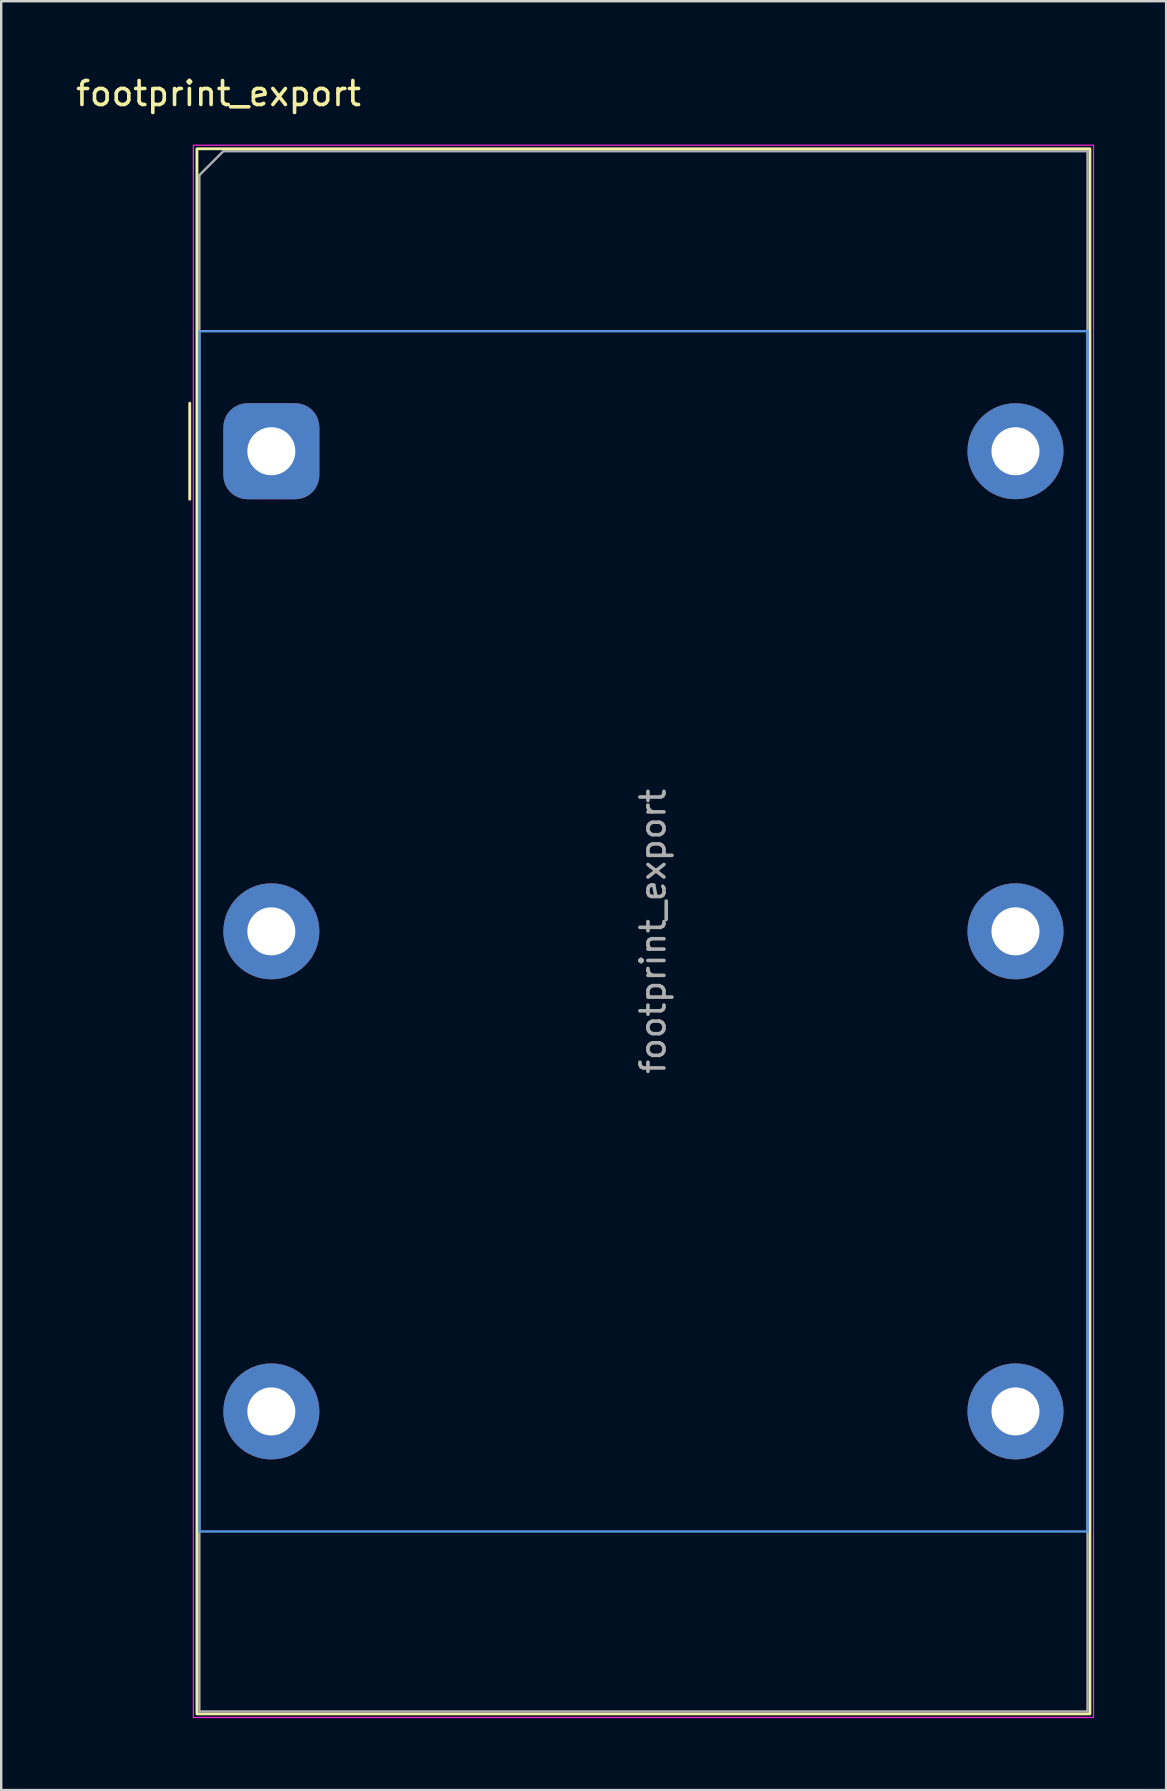
<source format=kicad_pcb>
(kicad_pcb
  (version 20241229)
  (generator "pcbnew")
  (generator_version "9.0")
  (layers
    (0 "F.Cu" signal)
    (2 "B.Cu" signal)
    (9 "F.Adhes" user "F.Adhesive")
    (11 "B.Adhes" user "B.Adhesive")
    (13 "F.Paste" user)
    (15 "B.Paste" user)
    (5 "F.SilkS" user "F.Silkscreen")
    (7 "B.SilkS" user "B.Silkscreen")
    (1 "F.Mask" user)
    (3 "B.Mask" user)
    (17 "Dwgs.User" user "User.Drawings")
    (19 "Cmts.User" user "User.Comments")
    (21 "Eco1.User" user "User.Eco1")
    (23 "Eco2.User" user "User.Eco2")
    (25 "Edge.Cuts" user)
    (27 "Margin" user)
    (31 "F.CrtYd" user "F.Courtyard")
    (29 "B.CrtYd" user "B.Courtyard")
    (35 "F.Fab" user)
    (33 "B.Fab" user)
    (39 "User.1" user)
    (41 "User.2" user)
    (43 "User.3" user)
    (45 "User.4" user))
  (footprint "footprint_export"
    (layer "F.Cu")
    (at 8.254 15.748)
    (property "Reference" "footprint_export" (at -2.2 -14.9 0) (layer "F.SilkS") (effects (font (size 1 1) (thickness 0.15))))
    (attr through_hole)
    (fp_line (start -3.4 -2) (end -3.4 2) (stroke (width 0.12) (type default)) (layer "F.SilkS"))
    (fp_rect (start -3.1 52.6) (end 34.1 -12.6) (stroke (width 0.12) (type default)) (fill no) (layer "F.SilkS"))
    (fp_rect (start -3 45) (end 34 -5) (stroke (width 0.1) (type default)) (fill no) (layer "Cmts.User"))
    (fp_rect (start -3.25 52.75) (end 34.25 -12.75) (stroke (width 0.05) (type default)) (fill no) (layer "F.CrtYd"))
    (fp_line (start -3 -11.5) (end -3 52.5) (stroke (width 0.1) (type default)) (layer "F.Fab"))
    (fp_line (start -3 -11.5) (end -2 -12.5) (stroke (width 0.1) (type default)) (layer "F.Fab"))
    (fp_line (start -3 52.5) (end 34 52.5) (stroke (width 0.1) (type default)) (layer "F.Fab"))
    (fp_line (start 34 -12.5) (end -2 -12.5) (stroke (width 0.1) (type default)) (layer "F.Fab"))
    (fp_line (start 34 -12.5) (end 34 52.5) (stroke (width 0.1) (type default)) (layer "F.Fab"))
    (fp_text user "${REFERENCE}" (at 15.9 20 90) (layer "F.Fab") (effects (font (size 1 1) (thickness 0.15))))
    (pad "1" thru_hole roundrect (at 0 0 90) (size 4 4) (drill 2) (layers "*.Cu" "*.Mask") (roundrect_rratio 0.25))
    (pad "2" thru_hole circle (at 0 20 90) (size 4 4) (drill 2) (layers "*.Cu" "*.Mask"))
    (pad "3" thru_hole circle (at 0 40 90) (size 4 4) (drill 2) (layers "*.Cu" "*.Mask"))
    (pad "4" thru_hole circle (at 31 40 90) (size 4 4) (drill 2) (layers "*.Cu" "*.Mask"))
    (pad "5" thru_hole circle (at 31 20 90) (size 4 4) (drill 2) (layers "*.Cu" "*.Mask"))
    (pad "6" thru_hole circle (at 31 0 90) (size 4 4) (drill 2) (layers "*.Cu" "*.Mask")))
  (gr_rect
    (start -3 -3)
    (end 45.529 71.523)
    (stroke (width 0.1) (type default))
    (fill no)
    (layer "Edge.Cuts")))
</source>
